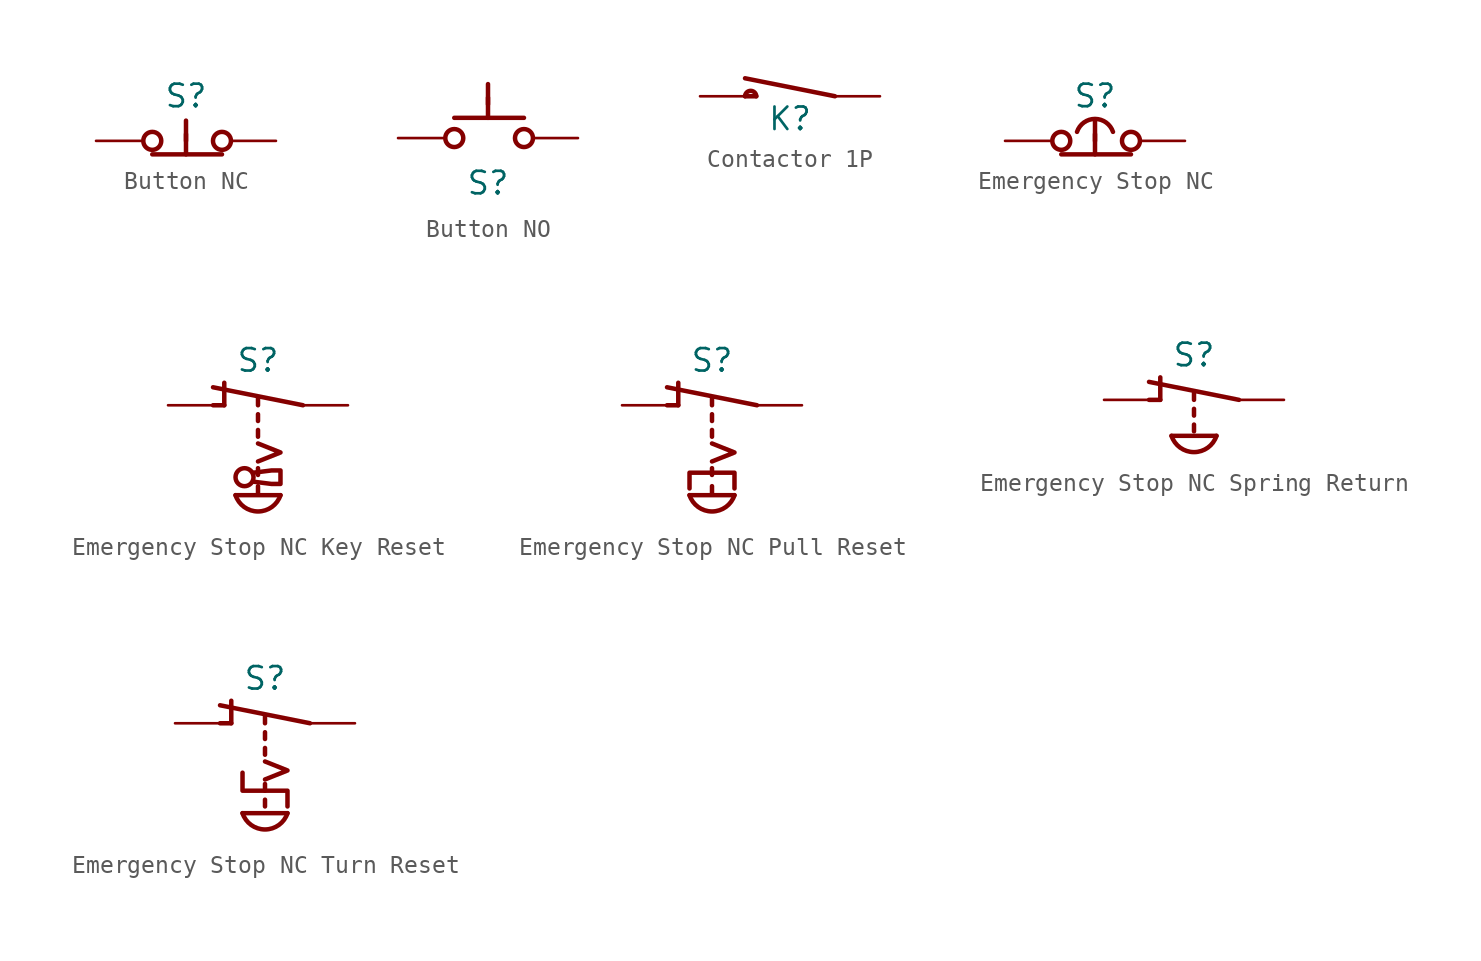
<source format=kicad_sym>
(kicad_symbol_lib
  (version 20241209)
  (generator "kicad_symbol_editor")
  (generator_version "9.0")
  (symbol "Button NC"
    (pin_numbers
      (hide yes))
    (pin_names
      (offset 0)
      (hide yes))
    (property "Reference" "S"
      (at 0 2.54 0)
      (effects (font (size 1.27 1.27))))
    (symbol "Button NC_1_0"
      (polyline (pts (xy 0 1.143) (xy 0 -0.762)) (stroke (width 0.254) (type default)) (fill (type none)))
      (polyline (pts (xy 0 0) (xy 0 0.381)) (stroke (width 0.254) (type default)) (fill (type none))))
    (symbol "Button NC_1_1"
      (circle (center -1.905 0) (radius 0.508) (stroke (width 0.254) (type default)) (fill (type none)))
      (circle (center 2.032 0) (radius 0.508) (stroke (width 0.254) (type default)) (fill (type none)))
      (polyline (pts (xy 2.032 -0.762) (xy -1.905 -0.762)) (stroke (width 0.254) (type default)) (fill (type none)))
      (pin passive line (at -5.08 0 0) (length 2.54) (name "NC1" (effects (font (size 1.27 1.27)))) (number "NC1" (effects (font (size 1.27 1.27)))))
      (pin passive line (at 5.08 0 180) (length 2.54) (name "COM1" (effects (font (size 1.27 1.27)))) (number "COM1" (effects (font (size 1.27 1.27)))))))
  (symbol "Button NO"
    (pin_numbers
      (hide yes))
    (pin_names
      (offset 0)
      (hide yes))
    (property "Reference" "S"
      (at 0 -2.54 0)
      (effects (font (size 1.27 1.27))))
    (symbol "Button NO_1_0"
      (polyline (pts (xy 0 3.048) (xy 0 1.143)) (stroke (width 0.254) (type default)) (fill (type none)))
      (polyline (pts (xy 0 1.905) (xy 0 2.286)) (stroke (width 0.254) (type default)) (fill (type none))))
    (symbol "Button NO_1_1"
      (circle (center -1.905 0) (radius 0.508) (stroke (width 0.254) (type default)) (fill (type none)))
      (polyline (pts (xy 2.032 1.143) (xy -1.905 1.143)) (stroke (width 0.254) (type default)) (fill (type none)))
      (circle (center 2.032 0) (radius 0.508) (stroke (width 0.254) (type default)) (fill (type none)))
      (pin passive line (at -5.08 0 0) (length 2.54) (name "NC1" (effects (font (size 1.27 1.27)))) (number "NC1" (effects (font (size 1.27 1.27)))))
      (pin passive line (at 5.08 0 180) (length 2.54) (name "COM1" (effects (font (size 1.27 1.27)))) (number "COM1" (effects (font (size 1.27 1.27)))))))
  (symbol "Contactor 1P"
    (pin_numbers
      (hide yes))
    (pin_names
      (offset 0)
      (hide yes))
    (property "Reference" "K"
      (at 0 -1.27 0)
      (effects (font (size 1.27 1.27))))
    (symbol "Contactor 1P_0_1"
      (arc (start -2.54 0) (mid -2.2225 0.3064) (end -1.905 0) (stroke (width 0.254) (type default)) (fill (type none)))
      (polyline (pts (xy -1.905 0) (xy -2.54 0)) (stroke (width 0.254) (type default)) (fill (type none))))
    (symbol "Contactor 1P_1_1"
      (polyline (pts (xy 2.54 0) (xy -2.54 1.016)) (stroke (width 0.254) (type default)) (fill (type none)))
      (pin passive line (at -5.08 0 0) (length 2.54) (name "NC1" (effects (font (size 1.27 1.27)))) (number "NC1" (effects (font (size 1.27 1.27)))))
      (pin passive line (at 5.08 0 180) (length 2.54) (name "COM1" (effects (font (size 1.27 1.27)))) (number "COM1" (effects (font (size 1.27 1.27)))))))
  (symbol "Emergency Stop NC"
    (pin_numbers
      (hide yes))
    (pin_names
      (offset 0)
      (hide yes))
    (property "Reference" "S"
      (at 0 2.54 0)
      (effects (font (size 1.27 1.27))))
    (symbol "Emergency Stop NC_0_0"
      (arc (start -1.016 0.508) (mid 0 1.2398) (end 1.016 0.508) (stroke (width 0.254) (type default)) (fill (type none))))
    (symbol "Emergency Stop NC_1_0"
      (polyline (pts (xy 0 1.143) (xy 0 -0.762)) (stroke (width 0.254) (type default)) (fill (type none)))
      (polyline (pts (xy 0 0) (xy 0 0.381)) (stroke (width 0.254) (type default)) (fill (type none))))
    (symbol "Emergency Stop NC_1_1"
      (circle (center -1.905 0) (radius 0.508) (stroke (width 0.254) (type default)) (fill (type none)))
      (circle (center 2.032 0) (radius 0.508) (stroke (width 0.254) (type default)) (fill (type none)))
      (polyline (pts (xy 2.032 -0.762) (xy -1.905 -0.762)) (stroke (width 0.254) (type default)) (fill (type none)))
      (pin passive line (at -5.08 0 0) (length 2.54) (name "NC1" (effects (font (size 1.27 1.27)))) (number "NC1" (effects (font (size 1.27 1.27)))))
      (pin passive line (at 5.08 0 180) (length 2.54) (name "COM1" (effects (font (size 1.27 1.27)))) (number "COM1" (effects (font (size 1.27 1.27)))))))
  (symbol "Emergency Stop NC Key Reset"
    (pin_numbers
      (hide yes))
    (pin_names
      (offset 0)
      (hide yes))
    (property "Reference" "S"
      (at 0 2.54 0)
      (effects (font (size 1.27 1.27))))
    (symbol "Emergency Stop NC Key Reset_0_0"
      (polyline (pts (xy -1.905 0) (xy -1.905 1.27)) (stroke (width 0.254) (type default)) (fill (type none)))
      (polyline (pts (xy -1.27 -5.08) (xy 1.27 -5.08)) (stroke (width 0.254) (type default)) (fill (type none)))
      (circle (center -0.762 -4.064) (radius 0.508) (stroke (width 0.254) (type default)) (fill (type none)))
      (polyline (pts (xy -0.254 -3.81) (xy 0.762 -3.683) (xy 1.27 -3.683) (xy 1.27 -4.445) (xy 0.762 -4.445) (xy -0.254 -4.318)) (stroke (width 0.254) (type default)) (fill (type none)))
      (polyline (pts (xy 0 -3.175) (xy 1.27 -2.667) (xy 0 -2.159)) (stroke (width 0.254) (type default)) (fill (type none)))
      (arc (start 1.27 -5.08) (mid 0 -6.0002) (end -1.27 -5.08) (stroke (width 0.254) (type default)) (fill (type none))))
    (symbol "Emergency Stop NC Key Reset_0_1"
      (polyline (pts (xy -1.905 0) (xy -2.54 0)) (stroke (width 0.254) (type default)) (fill (type none))))
    (symbol "Emergency Stop NC Key Reset_1_0"
      (polyline (pts (xy 0 0) (xy 0 0.381)) (stroke (width 0.254) (type default)) (fill (type none)))
      (polyline (pts (xy 0 -0.889) (xy 0 -0.508)) (stroke (width 0.254) (type default)) (fill (type none)))
      (polyline (pts (xy 0 -1.778) (xy 0 -1.397)) (stroke (width 0.254) (type default)) (fill (type none)))
      (polyline (pts (xy 0 -3.556) (xy 0 -3.937)) (stroke (width 0.254) (type default)) (fill (type none)))
      (polyline (pts (xy 0 -4.953) (xy 0 -4.572)) (stroke (width 0.254) (type default)) (fill (type none))))
    (symbol "Emergency Stop NC Key Reset_1_1"
      (polyline (pts (xy 2.54 0) (xy -2.54 1.016)) (stroke (width 0.254) (type default)) (fill (type none)))
      (pin passive line (at -5.08 0 0) (length 2.54) (name "NC1" (effects (font (size 1.27 1.27)))) (number "NC1" (effects (font (size 1.27 1.27)))))
      (pin passive line (at 5.08 0 180) (length 2.54) (name "COM1" (effects (font (size 1.27 1.27)))) (number "COM1" (effects (font (size 1.27 1.27)))))))
  (symbol "Emergency Stop NC Pull Reset"
    (pin_numbers
      (hide yes))
    (pin_names
      (offset 0)
      (hide yes))
    (property "Reference" "S"
      (at 0 2.54 0)
      (effects (font (size 1.27 1.27))))
    (symbol "Emergency Stop NC Pull Reset_0_0"
      (polyline (pts (xy -1.905 0) (xy -1.905 1.27)) (stroke (width 0.254) (type default)) (fill (type none)))
      (polyline (pts (xy -1.27 -4.699) (xy -1.27 -3.81) (xy 1.27 -3.81) (xy 1.27 -4.699)) (stroke (width 0.254) (type default)) (fill (type none)))
      (polyline (pts (xy -1.27 -5.08) (xy 1.27 -5.08)) (stroke (width 0.254) (type default)) (fill (type none)))
      (polyline (pts (xy 0 -3.175) (xy 1.27 -2.667) (xy 0 -2.159)) (stroke (width 0.254) (type default)) (fill (type none)))
      (arc (start 1.27 -5.08) (mid 0 -6.0002) (end -1.27 -5.08) (stroke (width 0.254) (type default)) (fill (type none))))
    (symbol "Emergency Stop NC Pull Reset_0_1"
      (polyline (pts (xy -2.54 0) (xy -1.905 0)) (stroke (width 0.254) (type default)) (fill (type none))))
    (symbol "Emergency Stop NC Pull Reset_1_0"
      (polyline (pts (xy 0 0) (xy 0 0.381)) (stroke (width 0.254) (type default)) (fill (type none)))
      (polyline (pts (xy 0 -0.889) (xy 0 -0.508)) (stroke (width 0.254) (type default)) (fill (type none)))
      (polyline (pts (xy 0 -1.778) (xy 0 -1.397)) (stroke (width 0.254) (type default)) (fill (type none)))
      (polyline (pts (xy 0 -3.556) (xy 0 -3.937)) (stroke (width 0.254) (type default)) (fill (type none)))
      (polyline (pts (xy 0 -4.953) (xy 0 -4.572)) (stroke (width 0.254) (type default)) (fill (type none))))
    (symbol "Emergency Stop NC Pull Reset_1_1"
      (polyline (pts (xy 2.54 0) (xy -2.54 1.016)) (stroke (width 0.254) (type default)) (fill (type none)))
      (pin passive line (at -5.08 0 0) (length 2.54) (name "NC1" (effects (font (size 1.27 1.27)))) (number "NC1" (effects (font (size 1.27 1.27)))))
      (pin passive line (at 5.08 0 180) (length 2.54) (name "COM1" (effects (font (size 1.27 1.27)))) (number "COM1" (effects (font (size 1.27 1.27)))))))
  (symbol "Emergency Stop NC Spring Return"
    (pin_numbers
      (hide yes))
    (pin_names
      (offset 0)
      (hide yes))
    (property "Reference" "S"
      (at 0 2.54 0)
      (effects (font (size 1.27 1.27))))
    (symbol "Emergency Stop NC Spring Return_0_0"
      (polyline (pts (xy -1.905 0) (xy -1.905 1.27)) (stroke (width 0.254) (type default)) (fill (type none)))
      (polyline (pts (xy -1.27 -2.032) (xy 1.27 -2.032)) (stroke (width 0.254) (type default)) (fill (type none)))
      (arc (start 1.27 -2.032) (mid 0 -2.9522) (end -1.27 -2.032) (stroke (width 0.254) (type default)) (fill (type none))))
    (symbol "Emergency Stop NC Spring Return_0_1"
      (polyline (pts (xy -2.54 0) (xy -1.905 0)) (stroke (width 0.254) (type default)) (fill (type none))))
    (symbol "Emergency Stop NC Spring Return_1_0"
      (polyline (pts (xy 0 0) (xy 0 0.381)) (stroke (width 0.254) (type default)) (fill (type none)))
      (polyline (pts (xy 0 -0.889) (xy 0 -0.508)) (stroke (width 0.254) (type default)) (fill (type none)))
      (polyline (pts (xy 0 -1.778) (xy 0 -1.397)) (stroke (width 0.254) (type default)) (fill (type none))))
    (symbol "Emergency Stop NC Spring Return_1_1"
      (polyline (pts (xy 2.54 0) (xy -2.54 1.016)) (stroke (width 0.254) (type default)) (fill (type none)))
      (pin passive line (at -5.08 0 0) (length 2.54) (name "NC1" (effects (font (size 1.27 1.27)))) (number "NC1" (effects (font (size 1.27 1.27)))))
      (pin passive line (at 5.08 0 180) (length 2.54) (name "COM1" (effects (font (size 1.27 1.27)))) (number "COM1" (effects (font (size 1.27 1.27)))))))
  (symbol "Emergency Stop NC Turn Reset"
    (pin_numbers
      (hide yes))
    (pin_names
      (offset 0)
      (hide yes))
    (property "Reference" "S"
      (at 0 2.54 0)
      (effects (font (size 1.27 1.27))))
    (symbol "Emergency Stop NC Turn Reset_0_0"
      (polyline (pts (xy -1.905 0) (xy -1.905 1.27)) (stroke (width 0.254) (type default)) (fill (type none)))
      (polyline (pts (xy -1.27 -2.794) (xy -1.27 -3.81) (xy 1.27 -3.81) (xy 1.27 -4.699)) (stroke (width 0.254) (type default)) (fill (type none)))
      (polyline (pts (xy -1.27 -5.08) (xy 1.27 -5.08)) (stroke (width 0.254) (type default)) (fill (type none)))
      (polyline (pts (xy 0 -3.175) (xy 1.27 -2.667) (xy 0 -2.159)) (stroke (width 0.254) (type default)) (fill (type none)))
      (arc (start 1.27 -5.08) (mid 0 -6.0002) (end -1.27 -5.08) (stroke (width 0.254) (type default)) (fill (type none))))
    (symbol "Emergency Stop NC Turn Reset_0_1"
      (polyline (pts (xy -2.54 0) (xy -1.905 0)) (stroke (width 0.254) (type default)) (fill (type none))))
    (symbol "Emergency Stop NC Turn Reset_1_0"
      (polyline (pts (xy 0 0) (xy 0 0.381)) (stroke (width 0.254) (type default)) (fill (type none)))
      (polyline (pts (xy 0 -0.889) (xy 0 -0.508)) (stroke (width 0.254) (type default)) (fill (type none)))
      (polyline (pts (xy 0 -1.778) (xy 0 -1.397)) (stroke (width 0.254) (type default)) (fill (type none)))
      (polyline (pts (xy 0 -3.429) (xy 0 -3.81)) (stroke (width 0.254) (type default)) (fill (type none)))
      (polyline (pts (xy 0 -4.699) (xy 0 -4.318)) (stroke (width 0.254) (type default)) (fill (type none))))
    (symbol "Emergency Stop NC Turn Reset_1_1"
      (polyline (pts (xy 2.54 0) (xy -2.54 1.016)) (stroke (width 0.254) (type default)) (fill (type none)))
      (pin passive line (at -5.08 0 0) (length 2.54) (name "NC1" (effects (font (size 1.27 1.27)))) (number "NC1" (effects (font (size 1.27 1.27)))))
      (pin passive line (at 5.08 0 180) (length 2.54) (name "COM1" (effects (font (size 1.27 1.27)))) (number "COM1" (effects (font (size 1.27 1.27))))))))
</source>
